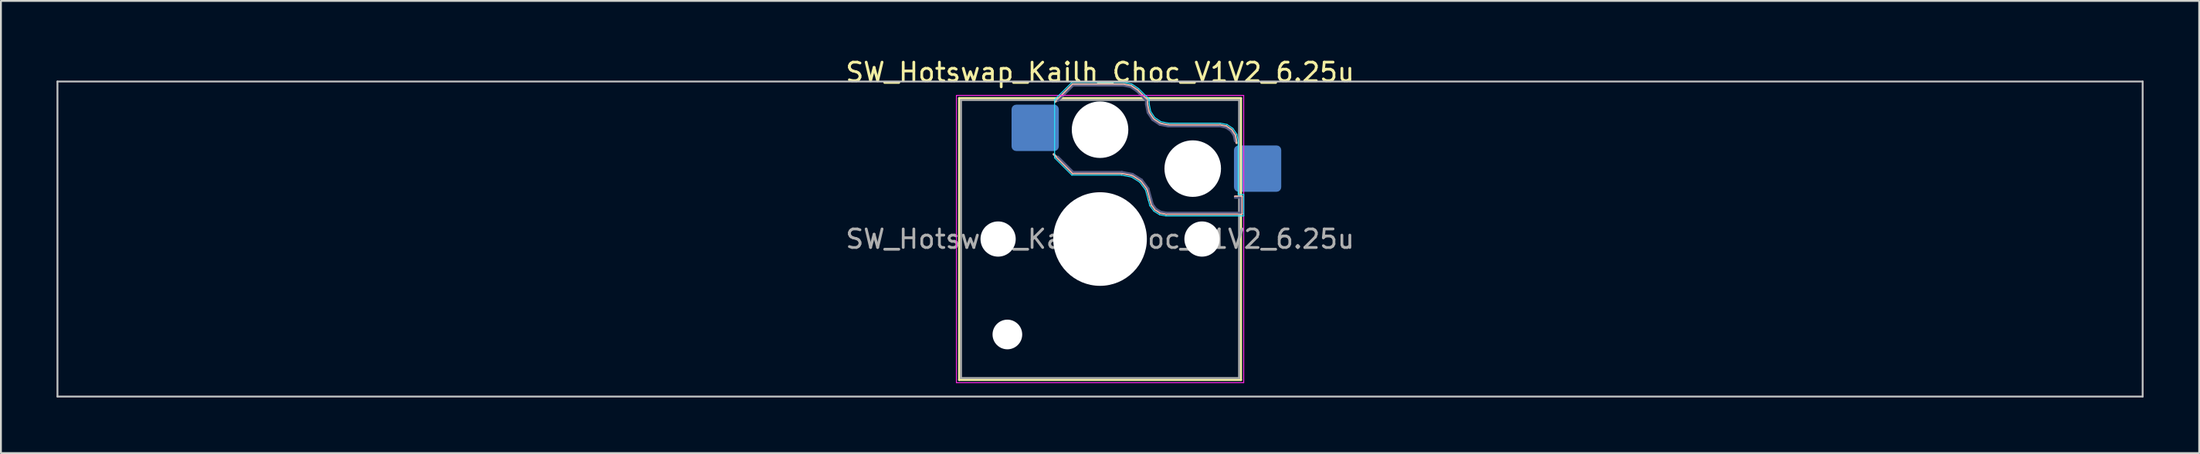
<source format=kicad_pcb>
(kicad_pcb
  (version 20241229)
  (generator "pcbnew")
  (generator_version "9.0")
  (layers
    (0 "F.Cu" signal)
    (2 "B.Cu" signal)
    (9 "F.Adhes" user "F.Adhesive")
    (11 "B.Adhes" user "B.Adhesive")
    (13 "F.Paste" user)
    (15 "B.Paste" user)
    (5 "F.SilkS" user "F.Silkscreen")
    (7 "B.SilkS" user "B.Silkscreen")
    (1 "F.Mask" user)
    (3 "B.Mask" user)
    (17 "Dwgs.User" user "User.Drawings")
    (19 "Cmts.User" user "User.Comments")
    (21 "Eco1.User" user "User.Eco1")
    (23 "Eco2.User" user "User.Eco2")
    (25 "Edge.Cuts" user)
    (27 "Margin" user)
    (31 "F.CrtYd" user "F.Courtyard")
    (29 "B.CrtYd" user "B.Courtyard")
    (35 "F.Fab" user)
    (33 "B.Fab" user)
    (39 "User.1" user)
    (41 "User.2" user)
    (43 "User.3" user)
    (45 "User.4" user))
  (footprint "SW_Hotswap_Kailh_Choc_V1V2_6.25u"
    (layer "F.Cu")
    (at 56.3 9.848)
    (property "Reference" "SW_Hotswap_Kailh_Choc_V1V2_6.25u" (at 0 -9 0) (layer "F.SilkS") (effects (font (size 1 1) (thickness 0.15))))
    (attr smd)
    (fp_line (start -7.6 -7.6) (end -7.6 7.6) (stroke (width 0.12) (type solid)) (layer "F.SilkS"))
    (fp_line (start -7.6 7.6) (end 7.6 7.6) (stroke (width 0.12) (type solid)) (layer "F.SilkS"))
    (fp_line (start 7.6 -7.6) (end -7.6 -7.6) (stroke (width 0.12) (type solid)) (layer "F.SilkS"))
    (fp_line (start 7.6 7.6) (end 7.6 -7.6) (stroke (width 0.12) (type solid)) (layer "F.SilkS"))
    (fp_line (start -2.416 -7.409) (end -1.479 -8.346) (stroke (width 0.12) (type solid)) (layer "B.SilkS"))
    (fp_line (start -1.479 -8.346) (end 1.268 -8.346) (stroke (width 0.12) (type solid)) (layer "B.SilkS"))
    (fp_line (start -1.479 -3.554) (end -2.5 -4.575) (stroke (width 0.12) (type solid)) (layer "B.SilkS"))
    (fp_line (start 1.168 -3.554) (end -1.479 -3.554) (stroke (width 0.12) (type solid)) (layer "B.SilkS"))
    (fp_line (start 1.268 -8.346) (end 1.671 -8.266) (stroke (width 0.12) (type solid)) (layer "B.SilkS"))
    (fp_line (start 1.671 -8.266) (end 2.013 -8.037) (stroke (width 0.12) (type solid)) (layer "B.SilkS"))
    (fp_line (start 1.73 -3.449) (end 1.168 -3.554) (stroke (width 0.12) (type solid)) (layer "B.SilkS"))
    (fp_line (start 2.013 -8.037) (end 2.546 -7.504) (stroke (width 0.12) (type solid)) (layer "B.SilkS"))
    (fp_line (start 2.209 -3.15) (end 1.73 -3.449) (stroke (width 0.12) (type solid)) (layer "B.SilkS"))
    (fp_line (start 2.546 -7.504) (end 2.546 -7.282) (stroke (width 0.12) (type solid)) (layer "B.SilkS"))
    (fp_line (start 2.546 -7.282) (end 2.633 -6.844) (stroke (width 0.12) (type solid)) (layer "B.SilkS"))
    (fp_line (start 2.547 -2.697) (end 2.209 -3.15) (stroke (width 0.12) (type solid)) (layer "B.SilkS"))
    (fp_line (start 2.633 -6.844) (end 2.877 -6.477) (stroke (width 0.12) (type solid)) (layer "B.SilkS"))
    (fp_line (start 2.701 -2.139) (end 2.547 -2.697) (stroke (width 0.12) (type solid)) (layer "B.SilkS"))
    (fp_line (start 2.783 -1.841) (end 2.701 -2.139) (stroke (width 0.12) (type solid)) (layer "B.SilkS"))
    (fp_line (start 2.877 -6.477) (end 3.244 -6.233) (stroke (width 0.12) (type solid)) (layer "B.SilkS"))
    (fp_line (start 2.976 -1.583) (end 2.783 -1.841) (stroke (width 0.12) (type solid)) (layer "B.SilkS"))
    (fp_line (start 3.244 -6.233) (end 3.682 -6.146) (stroke (width 0.12) (type solid)) (layer "B.SilkS"))
    (fp_line (start 3.25 -1.413) (end 2.976 -1.583) (stroke (width 0.12) (type solid)) (layer "B.SilkS"))
    (fp_line (start 3.56 -1.354) (end 3.25 -1.413) (stroke (width 0.12) (type solid)) (layer "B.SilkS"))
    (fp_line (start 3.682 -6.146) (end 6.482 -6.146) (stroke (width 0.12) (type solid)) (layer "B.SilkS"))
    (fp_line (start 6.482 -6.146) (end 6.809 -6.081) (stroke (width 0.12) (type solid)) (layer "B.SilkS"))
    (fp_line (start 6.809 -6.081) (end 7.092 -5.892) (stroke (width 0.12) (type solid)) (layer "B.SilkS"))
    (fp_line (start 7.092 -5.892) (end 7.281 -5.609) (stroke (width 0.12) (type solid)) (layer "B.SilkS"))
    (fp_line (start 7.281 -5.609) (end 7.366 -5.182) (stroke (width 0.12) (type solid)) (layer "B.SilkS"))
    (fp_line (start 7.283 -2.296) (end 7.646 -2.296) (stroke (width 0.12) (type solid)) (layer "B.SilkS"))
    (fp_line (start 7.646 -2.296) (end 7.646 -1.354) (stroke (width 0.12) (type solid)) (layer "B.SilkS"))
    (fp_line (start 7.646 -1.354) (end 3.56 -1.354) (stroke (width 0.12) (type solid)) (layer "B.SilkS"))
    (fp_line (start -56.25 -8.5) (end -56.25 8.5) (stroke (width 0.1) (type solid)) (layer "Dwgs.User"))
    (fp_line (start -56.25 8.5) (end 56.25 8.5) (stroke (width 0.1) (type solid)) (layer "Dwgs.User"))
    (fp_line (start 56.25 -8.5) (end -56.25 -8.5) (stroke (width 0.1) (type solid)) (layer "Dwgs.User"))
    (fp_line (start 56.25 8.5) (end 56.25 -8.5) (stroke (width 0.1) (type solid)) (layer "Dwgs.User"))
    (fp_line (start -7.25 -7.25) (end -7.25 7.25) (stroke (width 0.1) (type solid)) (layer "Eco1.User"))
    (fp_line (start -7.25 7.25) (end 7.25 7.25) (stroke (width 0.1) (type solid)) (layer "Eco1.User"))
    (fp_line (start 7.25 -7.25) (end -7.25 -7.25) (stroke (width 0.1) (type solid)) (layer "Eco1.User"))
    (fp_line (start 7.25 7.25) (end 7.25 -7.25) (stroke (width 0.1) (type solid)) (layer "Eco1.User"))
    (fp_line (start -2.452 -7.523) (end -1.523 -8.452) (stroke (width 0.05) (type solid)) (layer "B.CrtYd"))
    (fp_line (start -2.452 -4.377) (end -2.452 -7.523) (stroke (width 0.05) (type solid)) (layer "B.CrtYd"))
    (fp_line (start -1.523 -8.452) (end 1.278 -8.452) (stroke (width 0.05) (type solid)) (layer "B.CrtYd"))
    (fp_line (start -1.523 -3.448) (end -2.452 -4.377) (stroke (width 0.05) (type solid)) (layer "B.CrtYd"))
    (fp_line (start 1.159 -3.448) (end -1.523 -3.448) (stroke (width 0.05) (type solid)) (layer "B.CrtYd"))
    (fp_line (start 1.278 -8.452) (end 1.712 -8.366) (stroke (width 0.05) (type solid)) (layer "B.CrtYd"))
    (fp_line (start 1.691 -3.348) (end 1.159 -3.448) (stroke (width 0.05) (type solid)) (layer "B.CrtYd"))
    (fp_line (start 1.712 -8.366) (end 2.081 -8.119) (stroke (width 0.05) (type solid)) (layer "B.CrtYd"))
    (fp_line (start 2.081 -8.119) (end 2.652 -7.548) (stroke (width 0.05) (type solid)) (layer "B.CrtYd"))
    (fp_line (start 2.136 -3.071) (end 1.691 -3.348) (stroke (width 0.05) (type solid)) (layer "B.CrtYd"))
    (fp_line (start 2.45 -2.65) (end 2.136 -3.071) (stroke (width 0.05) (type solid)) (layer "B.CrtYd"))
    (fp_line (start 2.599 -2.111) (end 2.45 -2.65) (stroke (width 0.05) (type solid)) (layer "B.CrtYd"))
    (fp_line (start 2.652 -7.548) (end 2.652 -7.292) (stroke (width 0.05) (type solid)) (layer "B.CrtYd"))
    (fp_line (start 2.652 -7.292) (end 2.733 -6.885) (stroke (width 0.05) (type solid)) (layer "B.CrtYd"))
    (fp_line (start 2.687 -1.794) (end 2.599 -2.111) (stroke (width 0.05) (type solid)) (layer "B.CrtYd"))
    (fp_line (start 2.733 -6.885) (end 2.953 -6.553) (stroke (width 0.05) (type solid)) (layer "B.CrtYd"))
    (fp_line (start 2.903 -1.503) (end 2.687 -1.794) (stroke (width 0.05) (type solid)) (layer "B.CrtYd"))
    (fp_line (start 2.953 -6.553) (end 3.285 -6.333) (stroke (width 0.05) (type solid)) (layer "B.CrtYd"))
    (fp_line (start 3.211 -1.312) (end 2.903 -1.503) (stroke (width 0.05) (type solid)) (layer "B.CrtYd"))
    (fp_line (start 3.285 -6.333) (end 3.692 -6.252) (stroke (width 0.05) (type solid)) (layer "B.CrtYd"))
    (fp_line (start 3.55 -1.248) (end 3.211 -1.312) (stroke (width 0.05) (type solid)) (layer "B.CrtYd"))
    (fp_line (start 3.692 -6.252) (end 6.492 -6.252) (stroke (width 0.05) (type solid)) (layer "B.CrtYd"))
    (fp_line (start 6.492 -6.252) (end 6.85 -6.181) (stroke (width 0.05) (type solid)) (layer "B.CrtYd"))
    (fp_line (start 6.85 -6.181) (end 7.168 -5.968) (stroke (width 0.05) (type solid)) (layer "B.CrtYd"))
    (fp_line (start 7.168 -5.968) (end 7.381 -5.65) (stroke (width 0.05) (type solid)) (layer "B.CrtYd"))
    (fp_line (start 7.381 -5.65) (end 7.452 -5.292) (stroke (width 0.05) (type solid)) (layer "B.CrtYd"))
    (fp_line (start 7.452 -5.292) (end 7.452 -2.402) (stroke (width 0.05) (type solid)) (layer "B.CrtYd"))
    (fp_line (start 7.452 -2.402) (end 7.752 -2.402) (stroke (width 0.05) (type solid)) (layer "B.CrtYd"))
    (fp_line (start 7.752 -2.402) (end 7.752 -1.248) (stroke (width 0.05) (type solid)) (layer "B.CrtYd"))
    (fp_line (start 7.752 -1.248) (end 3.55 -1.248) (stroke (width 0.05) (type solid)) (layer "B.CrtYd"))
    (fp_line (start -7.75 -7.75) (end -7.75 7.75) (stroke (width 0.05) (type solid)) (layer "F.CrtYd"))
    (fp_line (start -7.75 7.75) (end 7.75 7.75) (stroke (width 0.05) (type solid)) (layer "F.CrtYd"))
    (fp_line (start 7.75 -7.75) (end -7.75 -7.75) (stroke (width 0.05) (type solid)) (layer "F.CrtYd"))
    (fp_line (start 7.75 7.75) (end 7.75 -7.75) (stroke (width 0.05) (type solid)) (layer "F.CrtYd"))
    (fp_line (start -2.275 -7.45) (end -1.45 -8.275) (stroke (width 0.1) (type solid)) (layer "B.Fab"))
    (fp_line (start -1.45 -8.275) (end 1.261 -8.275) (stroke (width 0.1) (type solid)) (layer "B.Fab"))
    (fp_line (start -1.45 -3.625) (end -2.275 -4.45) (stroke (width 0.1) (type solid)) (layer "B.Fab"))
    (fp_line (start 1.175 -3.625) (end -1.45 -3.625) (stroke (width 0.1) (type solid)) (layer "B.Fab"))
    (fp_line (start 1.261 -8.275) (end 1.643 -8.199) (stroke (width 0.1) (type solid)) (layer "B.Fab"))
    (fp_line (start 1.643 -8.199) (end 1.968 -7.982) (stroke (width 0.1) (type solid)) (layer "B.Fab"))
    (fp_line (start 1.756 -3.516) (end 1.175 -3.625) (stroke (width 0.1) (type solid)) (layer "B.Fab"))
    (fp_line (start 1.968 -7.982) (end 2.475 -7.475) (stroke (width 0.1) (type solid)) (layer "B.Fab"))
    (fp_line (start 2.258 -3.203) (end 1.756 -3.516) (stroke (width 0.1) (type solid)) (layer "B.Fab"))
    (fp_line (start 2.475 -7.475) (end 2.475 -7.275) (stroke (width 0.1) (type solid)) (layer "B.Fab"))
    (fp_line (start 2.475 -7.275) (end 2.566 -6.816) (stroke (width 0.1) (type solid)) (layer "B.Fab"))
    (fp_line (start 2.566 -6.816) (end 2.826 -6.426) (stroke (width 0.1) (type solid)) (layer "B.Fab"))
    (fp_line (start 2.612 -2.729) (end 2.258 -3.203) (stroke (width 0.1) (type solid)) (layer "B.Fab"))
    (fp_line (start 2.769 -2.158) (end 2.612 -2.729) (stroke (width 0.1) (type solid)) (layer "B.Fab"))
    (fp_line (start 2.826 -6.426) (end 3.216 -6.166) (stroke (width 0.1) (type solid)) (layer "B.Fab"))
    (fp_line (start 2.848 -1.873) (end 2.769 -2.158) (stroke (width 0.1) (type solid)) (layer "B.Fab"))
    (fp_line (start 3.025 -1.636) (end 2.848 -1.873) (stroke (width 0.1) (type solid)) (layer "B.Fab"))
    (fp_line (start 3.216 -6.166) (end 3.675 -6.075) (stroke (width 0.1) (type solid)) (layer "B.Fab"))
    (fp_line (start 3.276 -1.48) (end 3.025 -1.636) (stroke (width 0.1) (type solid)) (layer "B.Fab"))
    (fp_line (start 3.567 -1.425) (end 3.276 -1.48) (stroke (width 0.1) (type solid)) (layer "B.Fab"))
    (fp_line (start 3.675 -6.075) (end 6.475 -6.075) (stroke (width 0.1) (type solid)) (layer "B.Fab"))
    (fp_line (start 6.475 -6.075) (end 6.781 -6.014) (stroke (width 0.1) (type solid)) (layer "B.Fab"))
    (fp_line (start 6.781 -6.014) (end 7.041 -5.841) (stroke (width 0.1) (type solid)) (layer "B.Fab"))
    (fp_line (start 7.041 -5.841) (end 7.214 -5.581) (stroke (width 0.1) (type solid)) (layer "B.Fab"))
    (fp_line (start 7.214 -5.581) (end 7.275 -5.275) (stroke (width 0.1) (type solid)) (layer "B.Fab"))
    (fp_line (start 7.275 -2.225) (end 7.575 -2.225) (stroke (width 0.1) (type solid)) (layer "B.Fab"))
    (fp_line (start 7.575 -2.225) (end 7.575 -1.425) (stroke (width 0.1) (type solid)) (layer "B.Fab"))
    (fp_line (start 7.575 -1.425) (end 3.567 -1.425) (stroke (width 0.1) (type solid)) (layer "B.Fab"))
    (fp_line (start -7.5 -7.5) (end -7.5 7.5) (stroke (width 0.1) (type solid)) (layer "F.Fab"))
    (fp_line (start -7.5 7.5) (end 7.5 7.5) (stroke (width 0.1) (type solid)) (layer "F.Fab"))
    (fp_line (start 7.5 -7.5) (end -7.5 -7.5) (stroke (width 0.1) (type solid)) (layer "F.Fab"))
    (fp_line (start 7.5 7.5) (end 7.5 -7.5) (stroke (width 0.1) (type solid)) (layer "F.Fab"))
    (fp_text user "${REFERENCE}" (at 0 0 0) (layer "F.Fab") (effects (font (size 1 1) (thickness 0.15))))
    (pad "" np_thru_hole circle (at -5.5 0) (size 1.9 1.9) (drill 1.9) (layers "*.Cu" "*.Mask"))
    (pad "" np_thru_hole circle (at -5 5.15) (size 1.6 1.6) (drill 1.6) (layers "*.Cu" "*.Mask"))
    (pad "" np_thru_hole circle (at 0 -5.9) (size 3.05 3.05) (drill 3.05) (layers "*.Cu" "*.Mask"))
    (pad "" np_thru_hole circle (at 0 0) (size 5.05 5.05) (drill 5.05) (layers "*.Cu" "*.Mask"))
    (pad "" np_thru_hole circle (at 5 -3.8) (size 3.05 3.05) (drill 3.05) (layers "*.Cu" "*.Mask"))
    (pad "" np_thru_hole circle (at 5.5 0) (size 1.9 1.9) (drill 1.9) (layers "*.Cu" "*.Mask"))
    (pad "1" smd roundrect (at -3.5 -6) (size 2.55 2.5) (layers "B.Cu" "B.Mask" "B.Paste") (roundrect_rratio 0.1))
    (pad "2" smd roundrect (at 8.5 -3.8) (size 2.55 2.5) (layers "B.Cu" "B.Mask" "B.Paste") (roundrect_rratio 0.1)))
  (gr_rect
    (start -3 -3)
    (end 115.6 21.398)
    (stroke (width 0.1) (type default))
    (fill no)
    (layer "Edge.Cuts")))
</source>
